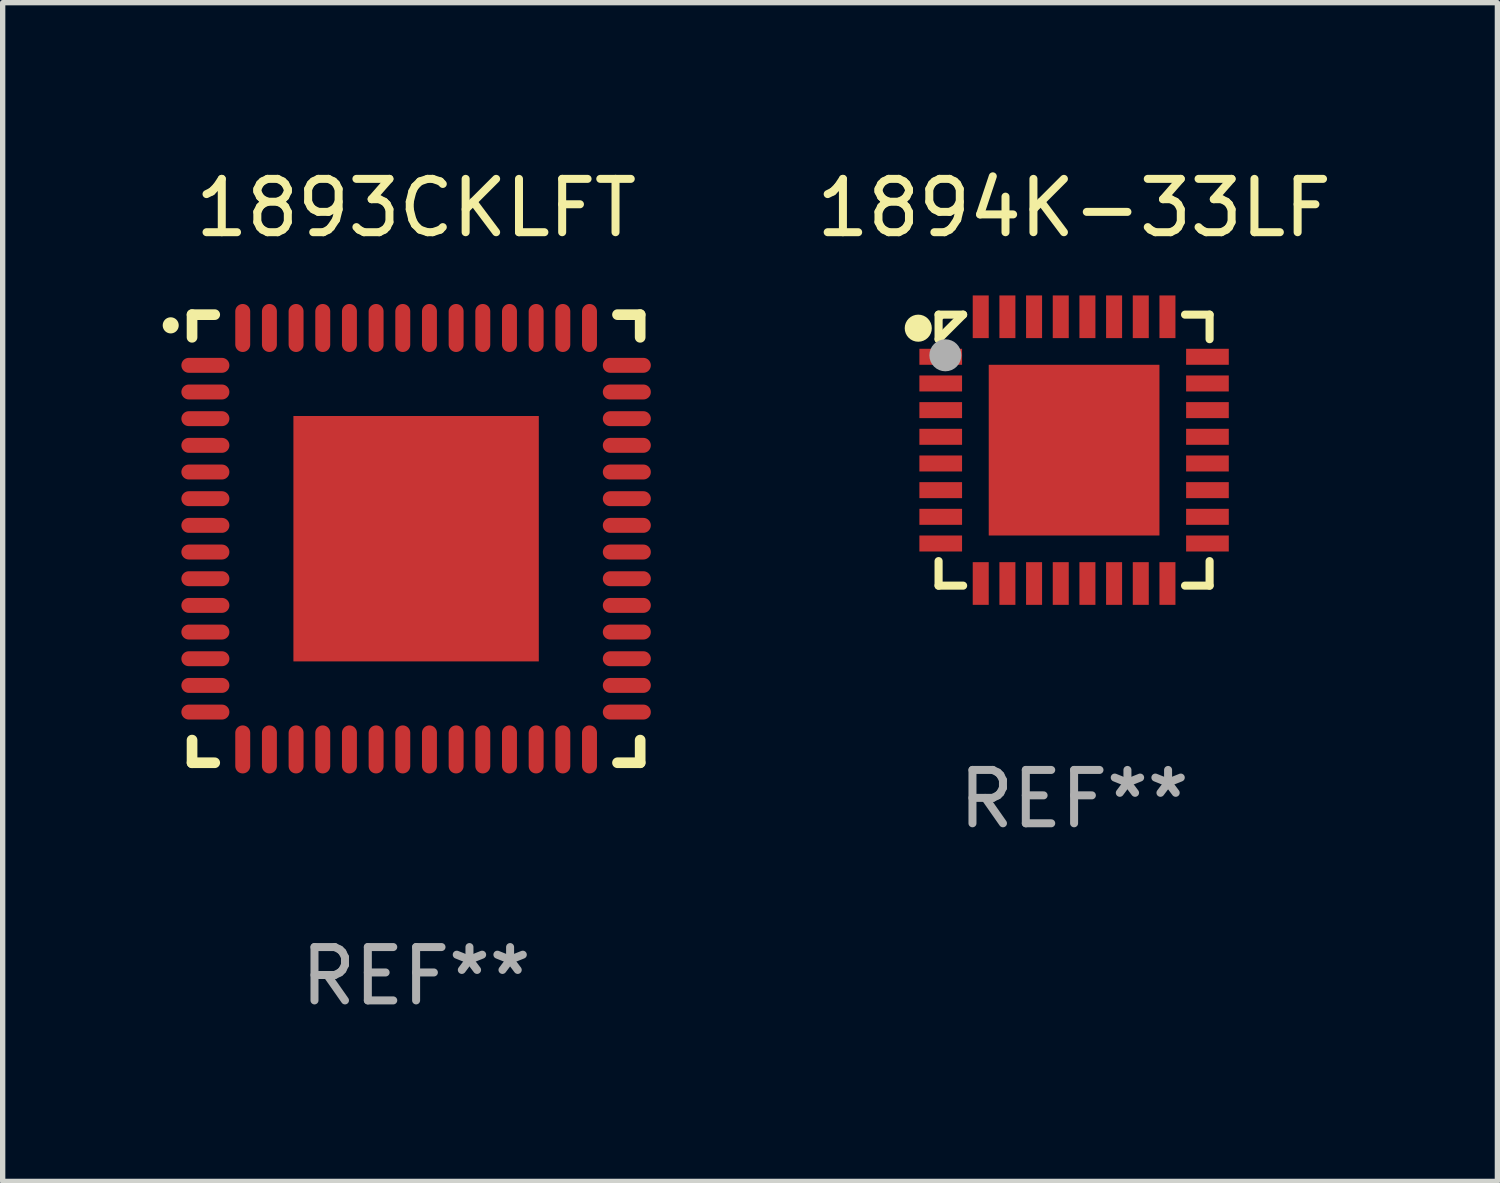
<source format=kicad_pcb>
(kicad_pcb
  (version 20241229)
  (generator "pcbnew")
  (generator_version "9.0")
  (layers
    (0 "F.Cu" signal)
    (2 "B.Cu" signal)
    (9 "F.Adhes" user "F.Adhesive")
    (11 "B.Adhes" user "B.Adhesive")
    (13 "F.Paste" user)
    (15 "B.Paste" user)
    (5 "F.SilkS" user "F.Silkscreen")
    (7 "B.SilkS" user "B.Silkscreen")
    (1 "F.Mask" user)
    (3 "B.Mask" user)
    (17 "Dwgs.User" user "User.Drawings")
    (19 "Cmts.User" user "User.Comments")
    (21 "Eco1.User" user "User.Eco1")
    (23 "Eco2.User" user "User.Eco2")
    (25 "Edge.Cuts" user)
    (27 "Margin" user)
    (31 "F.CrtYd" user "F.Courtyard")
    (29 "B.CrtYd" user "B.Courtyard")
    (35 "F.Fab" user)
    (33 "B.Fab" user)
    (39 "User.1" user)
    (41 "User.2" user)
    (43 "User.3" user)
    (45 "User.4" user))
  (footprint "1894K-33LF"
    (layer "F.Cu")
    (at 17.084 5.388)
    (property "Reference" "1894K-33LF" (at 0 -4.54 0) (layer "F.SilkS") (effects (font (size 1 1) (thickness 0.15))))
    (attr through_hole)
    (fp_line (start -2.54 -2.54) (end -2.08 -2.54) (stroke (width 0.152) (type solid)) (layer "F.SilkS"))
    (fp_line (start -2.54 -2.08) (end -2.54 -2.54) (stroke (width 0.152) (type solid)) (layer "F.SilkS"))
    (fp_line (start -2.54 -2.08) (end -2.08 -2.54) (stroke (width 0.152) (type solid)) (layer "F.SilkS"))
    (fp_line (start -2.54 2.54) (end -2.54 2.08) (stroke (width 0.152) (type solid)) (layer "F.SilkS"))
    (fp_line (start -2.08 2.54) (end -2.54 2.54) (stroke (width 0.152) (type solid)) (layer "F.SilkS"))
    (fp_line (start 2.08 -2.54) (end 2.54 -2.54) (stroke (width 0.152) (type solid)) (layer "F.SilkS"))
    (fp_line (start 2.54 -2.54) (end 2.54 -2.08) (stroke (width 0.152) (type solid)) (layer "F.SilkS"))
    (fp_line (start 2.54 2.08) (end 2.54 2.54) (stroke (width 0.152) (type solid)) (layer "F.SilkS"))
    (fp_line (start 2.54 2.54) (end 2.08 2.54) (stroke (width 0.152) (type solid)) (layer "F.SilkS"))
    (fp_circle (center -2.921 -2.286) (end -2.794 -2.286) (stroke (width 0.254) (type solid)) (fill no) (layer "F.SilkS"))
    (fp_circle (center -2.5 -2.5) (end -2.47 -2.5) (stroke (width 0.06) (type solid)) (fill no) (layer "F.SilkS"))
    (fp_circle (center -2.413 -1.778) (end -2.263 -1.778) (stroke (width 0.3) (type solid)) (fill no) (layer "F.Fab"))
    (fp_text user "REF**" (at 0 6.54 0) (layer "F.Fab") (effects (font (size 1 1) (thickness 0.15))))
    (pad "1" smd rect (at -2.5 -1.75 90) (size 0.3 0.8) (layers "F.Cu" "F.Mask" "F.Paste"))
    (pad "2" smd rect (at -2.5 -1.25 90) (size 0.3 0.8) (layers "F.Cu" "F.Mask" "F.Paste"))
    (pad "3" smd rect (at -2.5 -0.75 90) (size 0.3 0.8) (layers "F.Cu" "F.Mask" "F.Paste"))
    (pad "4" smd rect (at -2.5 -0.25 90) (size 0.3 0.8) (layers "F.Cu" "F.Mask" "F.Paste"))
    (pad "5" smd rect (at -2.5 0.25 90) (size 0.3 0.8) (layers "F.Cu" "F.Mask" "F.Paste"))
    (pad "6" smd rect (at -2.5 0.75 90) (size 0.3 0.8) (layers "F.Cu" "F.Mask" "F.Paste"))
    (pad "7" smd rect (at -2.5 1.25 90) (size 0.3 0.8) (layers "F.Cu" "F.Mask" "F.Paste"))
    (pad "8" smd rect (at -2.5 1.75 90) (size 0.3 0.8) (layers "F.Cu" "F.Mask" "F.Paste"))
    (pad "9" smd rect (at -1.75 2.5 180) (size 0.3 0.8) (layers "F.Cu" "F.Mask" "F.Paste"))
    (pad "10" smd rect (at -1.25 2.5 180) (size 0.3 0.8) (layers "F.Cu" "F.Mask" "F.Paste"))
    (pad "11" smd rect (at -0.75 2.5 180) (size 0.3 0.8) (layers "F.Cu" "F.Mask" "F.Paste"))
    (pad "12" smd rect (at -0.25 2.5 180) (size 0.3 0.8) (layers "F.Cu" "F.Mask" "F.Paste"))
    (pad "13" smd rect (at 0.25 2.5 180) (size 0.3 0.8) (layers "F.Cu" "F.Mask" "F.Paste"))
    (pad "14" smd rect (at 0.75 2.5 180) (size 0.3 0.8) (layers "F.Cu" "F.Mask" "F.Paste"))
    (pad "15" smd rect (at 1.25 2.5 180) (size 0.3 0.8) (layers "F.Cu" "F.Mask" "F.Paste"))
    (pad "16" smd rect (at 1.75 2.5 180) (size 0.3 0.8) (layers "F.Cu" "F.Mask" "F.Paste"))
    (pad "17" smd rect (at 2.5 1.75 270) (size 0.3 0.8) (layers "F.Cu" "F.Mask" "F.Paste"))
    (pad "18" smd rect (at 2.5 1.25 270) (size 0.3 0.8) (layers "F.Cu" "F.Mask" "F.Paste"))
    (pad "19" smd rect (at 2.5 0.75 270) (size 0.3 0.8) (layers "F.Cu" "F.Mask" "F.Paste"))
    (pad "20" smd rect (at 2.5 0.25 270) (size 0.3 0.8) (layers "F.Cu" "F.Mask" "F.Paste"))
    (pad "21" smd rect (at 2.5 -0.25 270) (size 0.3 0.8) (layers "F.Cu" "F.Mask" "F.Paste"))
    (pad "22" smd rect (at 2.5 -0.75 270) (size 0.3 0.8) (layers "F.Cu" "F.Mask" "F.Paste"))
    (pad "23" smd rect (at 2.5 -1.25 270) (size 0.3 0.8) (layers "F.Cu" "F.Mask" "F.Paste"))
    (pad "24" smd rect (at 2.5 -1.75 270) (size 0.3 0.8) (layers "F.Cu" "F.Mask" "F.Paste"))
    (pad "25" smd rect (at 1.75 -2.5) (size 0.3 0.8) (layers "F.Cu" "F.Mask" "F.Paste"))
    (pad "26" smd rect (at 1.25 -2.5) (size 0.3 0.8) (layers "F.Cu" "F.Mask" "F.Paste"))
    (pad "27" smd rect (at 0.75 -2.5) (size 0.3 0.8) (layers "F.Cu" "F.Mask" "F.Paste"))
    (pad "28" smd rect (at 0.25 -2.5) (size 0.3 0.8) (layers "F.Cu" "F.Mask" "F.Paste"))
    (pad "29" smd rect (at -0.25 -2.5) (size 0.3 0.8) (layers "F.Cu" "F.Mask" "F.Paste"))
    (pad "30" smd rect (at -0.75 -2.5) (size 0.3 0.8) (layers "F.Cu" "F.Mask" "F.Paste"))
    (pad "31" smd rect (at -1.25 -2.5) (size 0.3 0.8) (layers "F.Cu" "F.Mask" "F.Paste"))
    (pad "32" smd rect (at -1.75 -2.5) (size 0.3 0.8) (layers "F.Cu" "F.Mask" "F.Paste"))
    (pad "33" smd rect (at 0 0 90) (size 3.2 3.2) (layers "F.Cu" "F.Mask" "F.Paste")))
  (footprint "1893CKLFT"
    (layer "F.Cu")
    (at 4.75 7.048)
    (property "Reference" "1893CKLFT" (at 0 -6.2 0) (layer "F.SilkS") (effects (font (size 1 1) (thickness 0.15))))
    (attr through_hole)
    (fp_line (start -4.2 -4.2) (end -3.775 -4.2) (stroke (width 0.2) (type solid)) (layer "F.SilkS"))
    (fp_line (start -4.2 -3.775) (end -4.2 -4.2) (stroke (width 0.2) (type solid)) (layer "F.SilkS"))
    (fp_line (start -4.2 3.775) (end -4.2 4.2) (stroke (width 0.2) (type solid)) (layer "F.SilkS"))
    (fp_line (start -4.2 4.2) (end -3.775 4.2) (stroke (width 0.2) (type solid)) (layer "F.SilkS"))
    (fp_line (start 3.775 4.2) (end 4.2 4.2) (stroke (width 0.2) (type solid)) (layer "F.SilkS"))
    (fp_line (start 4.2 -4.2) (end 3.775 -4.2) (stroke (width 0.2) (type solid)) (layer "F.SilkS"))
    (fp_line (start 4.2 -3.775) (end 4.2 -4.2) (stroke (width 0.2) (type solid)) (layer "F.SilkS"))
    (fp_line (start 4.2 4.2) (end 4.2 3.775) (stroke (width 0.2) (type solid)) (layer "F.SilkS"))
    (fp_arc (start -4.599949 -3.997968) (mid -4.599954 -3.999238) (end -4.599949 -4.000508) (stroke (width 0.3) (type solid)) (layer "F.SilkS"))
    (fp_text user "REF**" (at 0 8.2 0) (layer "F.Fab") (effects (font (size 1 1) (thickness 0.15))))
    (pad "1" smd oval (at -3.95 -3.25 90) (size 0.28 0.9) (layers "F.Cu" "F.Mask" "F.Paste"))
    (pad "2" smd oval (at -3.95 -2.75 90) (size 0.28 0.9) (layers "F.Cu" "F.Mask" "F.Paste"))
    (pad "3" smd oval (at -3.95 -2.25 90) (size 0.28 0.9) (layers "F.Cu" "F.Mask" "F.Paste"))
    (pad "4" smd oval (at -3.95 -1.75 90) (size 0.28 0.9) (layers "F.Cu" "F.Mask" "F.Paste"))
    (pad "5" smd oval (at -3.95 -1.25 90) (size 0.28 0.9) (layers "F.Cu" "F.Mask" "F.Paste"))
    (pad "6" smd oval (at -3.95 -0.75 90) (size 0.28 0.9) (layers "F.Cu" "F.Mask" "F.Paste"))
    (pad "7" smd oval (at -3.95 -0.25 90) (size 0.28 0.9) (layers "F.Cu" "F.Mask" "F.Paste"))
    (pad "8" smd oval (at -3.95 0.25 90) (size 0.28 0.9) (layers "F.Cu" "F.Mask" "F.Paste"))
    (pad "9" smd oval (at -3.95 0.75 90) (size 0.28 0.9) (layers "F.Cu" "F.Mask" "F.Paste"))
    (pad "10" smd oval (at -3.95 1.25 90) (size 0.28 0.9) (layers "F.Cu" "F.Mask" "F.Paste"))
    (pad "11" smd oval (at -3.95 1.75 90) (size 0.28 0.9) (layers "F.Cu" "F.Mask" "F.Paste"))
    (pad "12" smd oval (at -3.95 2.25 90) (size 0.28 0.9) (layers "F.Cu" "F.Mask" "F.Paste"))
    (pad "13" smd oval (at -3.95 2.75 90) (size 0.28 0.9) (layers "F.Cu" "F.Mask" "F.Paste"))
    (pad "14" smd oval (at -3.95 3.25 90) (size 0.28 0.9) (layers "F.Cu" "F.Mask" "F.Paste"))
    (pad "15" smd oval (at -3.25 3.95) (size 0.28 0.9) (layers "F.Cu" "F.Mask" "F.Paste"))
    (pad "16" smd oval (at -2.75 3.95) (size 0.28 0.9) (layers "F.Cu" "F.Mask" "F.Paste"))
    (pad "17" smd oval (at -2.25 3.95) (size 0.28 0.9) (layers "F.Cu" "F.Mask" "F.Paste"))
    (pad "18" smd oval (at -1.75 3.95) (size 0.28 0.9) (layers "F.Cu" "F.Mask" "F.Paste"))
    (pad "19" smd oval (at -1.25 3.95) (size 0.28 0.9) (layers "F.Cu" "F.Mask" "F.Paste"))
    (pad "20" smd oval (at -0.75 3.95) (size 0.28 0.9) (layers "F.Cu" "F.Mask" "F.Paste"))
    (pad "21" smd oval (at -0.25 3.95) (size 0.28 0.9) (layers "F.Cu" "F.Mask" "F.Paste"))
    (pad "22" smd oval (at 0.25 3.95) (size 0.28 0.9) (layers "F.Cu" "F.Mask" "F.Paste"))
    (pad "23" smd oval (at 0.75 3.95) (size 0.28 0.9) (layers "F.Cu" "F.Mask" "F.Paste"))
    (pad "24" smd oval (at 1.25 3.95) (size 0.28 0.9) (layers "F.Cu" "F.Mask" "F.Paste"))
    (pad "25" smd oval (at 1.75 3.95) (size 0.28 0.9) (layers "F.Cu" "F.Mask" "F.Paste"))
    (pad "26" smd oval (at 2.25 3.95) (size 0.28 0.9) (layers "F.Cu" "F.Mask" "F.Paste"))
    (pad "27" smd oval (at 2.75 3.95) (size 0.28 0.9) (layers "F.Cu" "F.Mask" "F.Paste"))
    (pad "28" smd oval (at 3.25 3.95) (size 0.28 0.9) (layers "F.Cu" "F.Mask" "F.Paste"))
    (pad "29" smd oval (at 3.95 3.25 90) (size 0.28 0.9) (layers "F.Cu" "F.Mask" "F.Paste"))
    (pad "30" smd oval (at 3.95 2.75 90) (size 0.28 0.9) (layers "F.Cu" "F.Mask" "F.Paste"))
    (pad "31" smd oval (at 3.95 2.25 90) (size 0.28 0.9) (layers "F.Cu" "F.Mask" "F.Paste"))
    (pad "32" smd oval (at 3.95 1.75 90) (size 0.28 0.9) (layers "F.Cu" "F.Mask" "F.Paste"))
    (pad "33" smd oval (at 3.95 1.25 90) (size 0.28 0.9) (layers "F.Cu" "F.Mask" "F.Paste"))
    (pad "34" smd oval (at 3.95 0.75 90) (size 0.28 0.9) (layers "F.Cu" "F.Mask" "F.Paste"))
    (pad "35" smd oval (at 3.95 0.25 90) (size 0.28 0.9) (layers "F.Cu" "F.Mask" "F.Paste"))
    (pad "36" smd oval (at 3.95 -0.25 90) (size 0.28 0.9) (layers "F.Cu" "F.Mask" "F.Paste"))
    (pad "37" smd oval (at 3.95 -0.75 90) (size 0.28 0.9) (layers "F.Cu" "F.Mask" "F.Paste"))
    (pad "38" smd oval (at 3.95 -1.25 90) (size 0.28 0.9) (layers "F.Cu" "F.Mask" "F.Paste"))
    (pad "39" smd oval (at 3.95 -1.75 90) (size 0.28 0.9) (layers "F.Cu" "F.Mask" "F.Paste"))
    (pad "40" smd oval (at 3.95 -2.25 90) (size 0.28 0.9) (layers "F.Cu" "F.Mask" "F.Paste"))
    (pad "41" smd oval (at 3.95 -2.75 90) (size 0.28 0.9) (layers "F.Cu" "F.Mask" "F.Paste"))
    (pad "42" smd oval (at 3.95 -3.25 90) (size 0.28 0.9) (layers "F.Cu" "F.Mask" "F.Paste"))
    (pad "43" smd oval (at 3.25 -3.95) (size 0.28 0.9) (layers "F.Cu" "F.Mask" "F.Paste"))
    (pad "44" smd oval (at 2.75 -3.95) (size 0.28 0.9) (layers "F.Cu" "F.Mask" "F.Paste"))
    (pad "45" smd oval (at 2.25 -3.95) (size 0.28 0.9) (layers "F.Cu" "F.Mask" "F.Paste"))
    (pad "46" smd oval (at 1.75 -3.95) (size 0.28 0.9) (layers "F.Cu" "F.Mask" "F.Paste"))
    (pad "47" smd oval (at 1.25 -3.95) (size 0.28 0.9) (layers "F.Cu" "F.Mask" "F.Paste"))
    (pad "48" smd oval (at 0.75 -3.95) (size 0.28 0.9) (layers "F.Cu" "F.Mask" "F.Paste"))
    (pad "49" smd oval (at 0.25 -3.95) (size 0.28 0.9) (layers "F.Cu" "F.Mask" "F.Paste"))
    (pad "50" smd oval (at -0.25 -3.95) (size 0.28 0.9) (layers "F.Cu" "F.Mask" "F.Paste"))
    (pad "51" smd oval (at -0.75 -3.95) (size 0.28 0.9) (layers "F.Cu" "F.Mask" "F.Paste"))
    (pad "52" smd oval (at -1.25 -3.95) (size 0.28 0.9) (layers "F.Cu" "F.Mask" "F.Paste"))
    (pad "53" smd oval (at -1.75 -3.95) (size 0.28 0.9) (layers "F.Cu" "F.Mask" "F.Paste"))
    (pad "54" smd oval (at -2.25 -3.95) (size 0.28 0.9) (layers "F.Cu" "F.Mask" "F.Paste"))
    (pad "55" smd oval (at -2.75 -3.95) (size 0.28 0.9) (layers "F.Cu" "F.Mask" "F.Paste"))
    (pad "56" smd oval (at -3.25 -3.95) (size 0.28 0.9) (layers "F.Cu" "F.Mask" "F.Paste"))
    (pad "57" smd rect (at 0 0.000051) (size 4.6 4.6) (layers "F.Cu" "F.Mask" "F.Paste")))
  (gr_rect
    (start -3 -3)
    (end 25.019 19.096)
    (stroke (width 0.1) (type default))
    (fill no)
    (layer "Edge.Cuts")))
</source>
